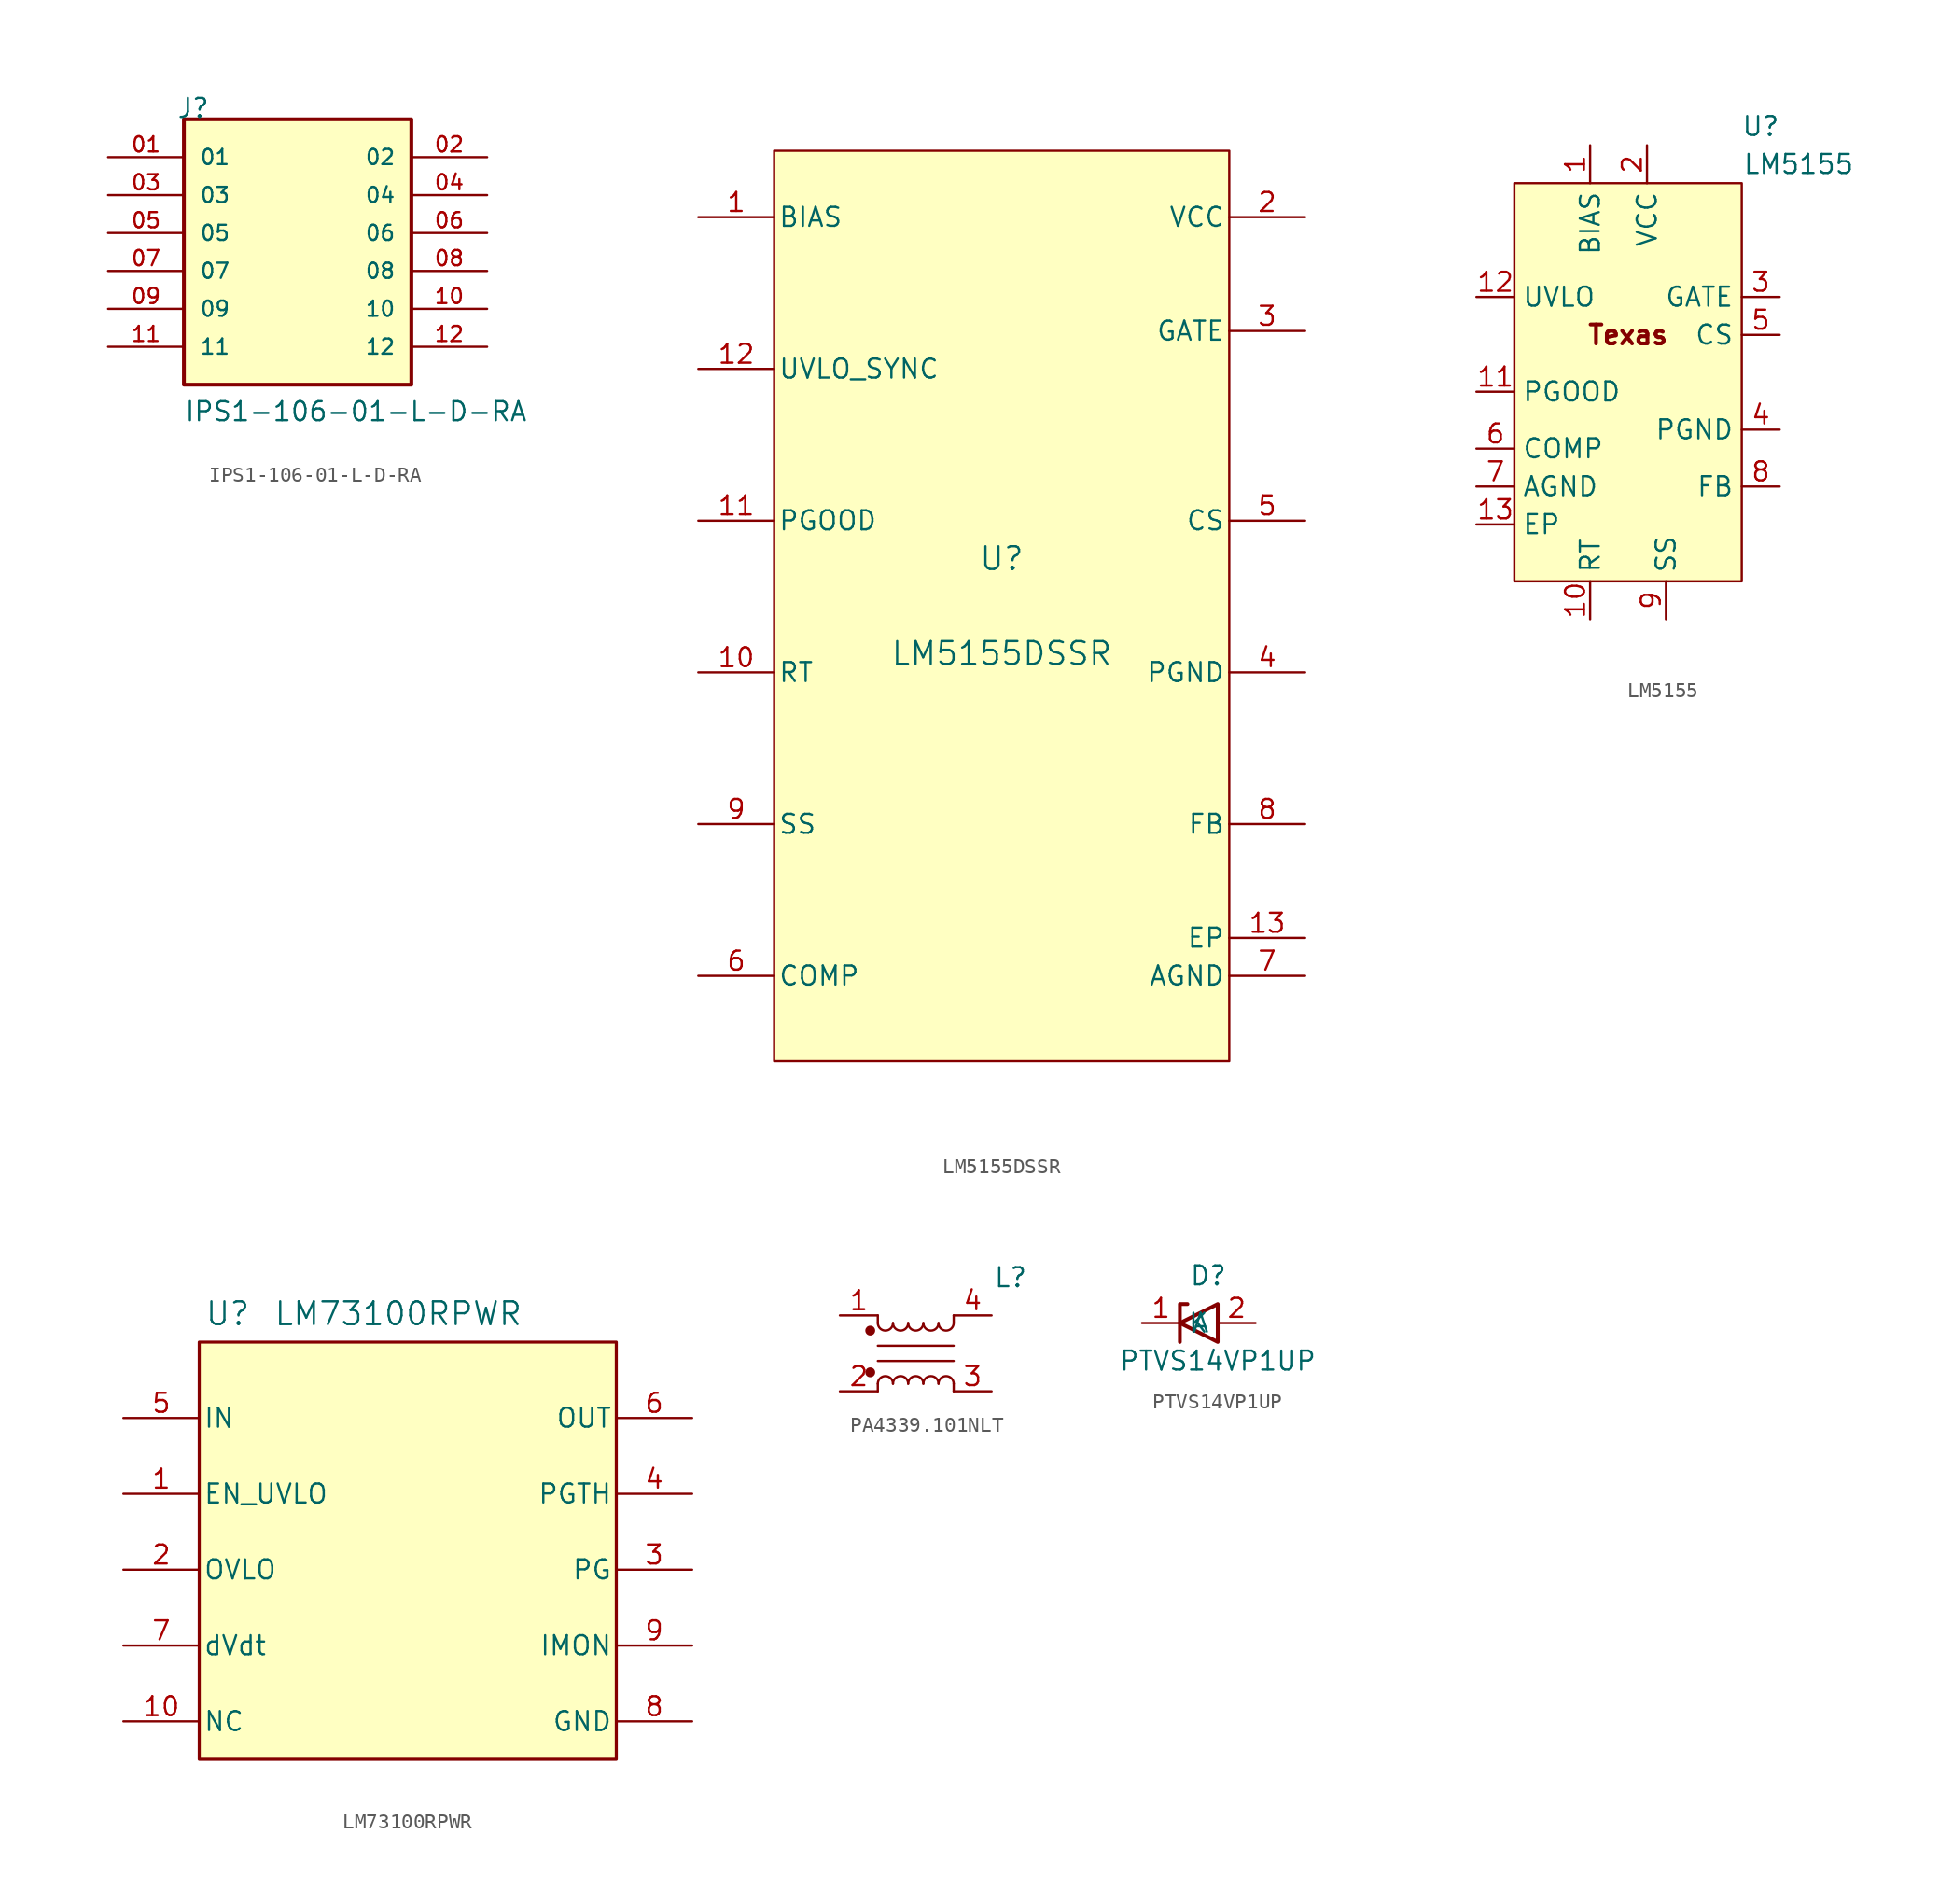
<source format=kicad_sym>
(kicad_symbol_lib
  (version 20220914)
  (generator kicad_symbol_editor)
  (symbol "IPS1-106-01-L-D-RA"
    (pin_names
      (offset 1.016))
    (property "Reference" "J"
      (at -8.12 10.16 0)
      (effects (font (size 1.27 1.27)) (justify left bottom)))
    (property "Value" "IPS1-106-01-L-D-RA"
      (at -7.62 -10.16 0)
      (effects (font (size 1.27 1.27)) (justify left bottom)))
    (symbol "IPS1-106-01-L-D-RA_0_0"
      (rectangle (start -7.62 -7.62) (end 7.62 10.16) (stroke (width 0.254) (type default)) (fill (type background)))
      (pin passive line (at -12.7 7.62 0) (length 5.08) (name "01" (effects (font (size 1.016 1.016)))) (number "01" (effects (font (size 1.016 1.016)))))
      (pin passive line (at 12.7 7.62 180) (length 5.08) (name "02" (effects (font (size 1.016 1.016)))) (number "02" (effects (font (size 1.016 1.016)))))
      (pin passive line (at -12.7 5.08 0) (length 5.08) (name "03" (effects (font (size 1.016 1.016)))) (number "03" (effects (font (size 1.016 1.016)))))
      (pin passive line (at 12.7 5.08 180) (length 5.08) (name "04" (effects (font (size 1.016 1.016)))) (number "04" (effects (font (size 1.016 1.016)))))
      (pin passive line (at -12.7 2.54 0) (length 5.08) (name "05" (effects (font (size 1.016 1.016)))) (number "05" (effects (font (size 1.016 1.016)))))
      (pin passive line (at 12.7 2.54 180) (length 5.08) (name "06" (effects (font (size 1.016 1.016)))) (number "06" (effects (font (size 1.016 1.016)))))
      (pin passive line (at -12.7 0 0) (length 5.08) (name "07" (effects (font (size 1.016 1.016)))) (number "07" (effects (font (size 1.016 1.016)))))
      (pin passive line (at 12.7 0 180) (length 5.08) (name "08" (effects (font (size 1.016 1.016)))) (number "08" (effects (font (size 1.016 1.016)))))
      (pin passive line (at -12.7 -2.54 0) (length 5.08) (name "09" (effects (font (size 1.016 1.016)))) (number "09" (effects (font (size 1.016 1.016)))))
      (pin passive line (at 12.7 -2.54 180) (length 5.08) (name "10" (effects (font (size 1.016 1.016)))) (number "10" (effects (font (size 1.016 1.016)))))
      (pin passive line (at -12.7 -5.08 0) (length 5.08) (name "11" (effects (font (size 1.016 1.016)))) (number "11" (effects (font (size 1.016 1.016)))))
      (pin passive line (at 12.7 -5.08 180) (length 5.08) (name "12" (effects (font (size 1.016 1.016)))) (number "12" (effects (font (size 1.016 1.016)))))))
  (symbol "LM5155DSSR"
    (pin_names
      (offset 0.254))
    (property "Reference" "U"
      (at 0 2.54 0)
      (effects (font (size 1.524 1.524))))
    (property "Value" "LM5155DSSR"
      (at 0 -3.81 0)
      (effects (font (size 1.524 1.524))))
    (symbol "LM5155DSSR_0_1"
      (pin power_in line (at -20.32 25.4 0) (length 5.08) (name "BIAS" (effects (font (size 1.27 1.27)))) (number "1" (effects (font (size 1.27 1.27)))))
      (pin input line (at -20.32 -5.08 0) (length 5.08) (name "RT" (effects (font (size 1.27 1.27)))) (number "10" (effects (font (size 1.27 1.27)))))
      (pin open_collector line (at -20.32 5.08 0) (length 5.08) (name "PGOOD" (effects (font (size 1.27 1.27)))) (number "11" (effects (font (size 1.27 1.27)))))
      (pin input line (at -20.32 15.24 0) (length 5.08) (name "UVLO_SYNC" (effects (font (size 1.27 1.27)))) (number "12" (effects (font (size 1.27 1.27)))))
      (pin unspecified line (at 20.32 -22.86 180) (length 5.08) (name "EP" (effects (font (size 1.27 1.27)))) (number "13" (effects (font (size 1.27 1.27)))))
      (pin power_in line (at 20.32 25.4 180) (length 5.08) (name "VCC" (effects (font (size 1.27 1.27)))) (number "2" (effects (font (size 1.27 1.27)))))
      (pin output line (at 20.32 17.78 180) (length 5.08) (name "GATE" (effects (font (size 1.27 1.27)))) (number "3" (effects (font (size 1.27 1.27)))))
      (pin power_in line (at 20.32 -5.08 180) (length 5.08) (name "PGND" (effects (font (size 1.27 1.27)))) (number "4" (effects (font (size 1.27 1.27)))))
      (pin input line (at 20.32 5.08 180) (length 5.08) (name "CS" (effects (font (size 1.27 1.27)))) (number "5" (effects (font (size 1.27 1.27)))))
      (pin output line (at -20.32 -25.4 0) (length 5.08) (name "COMP" (effects (font (size 1.27 1.27)))) (number "6" (effects (font (size 1.27 1.27)))))
      (pin power_in line (at 20.32 -25.4 180) (length 5.08) (name "AGND" (effects (font (size 1.27 1.27)))) (number "7" (effects (font (size 1.27 1.27)))))
      (pin input line (at 20.32 -15.24 180) (length 5.08) (name "FB" (effects (font (size 1.27 1.27)))) (number "8" (effects (font (size 1.27 1.27)))))
      (pin input line (at -20.32 -15.24 0) (length 5.08) (name "SS" (effects (font (size 1.27 1.27)))) (number "9" (effects (font (size 1.27 1.27))))))
    (symbol "LM5155DSSR_1_1"
      (rectangle (start -15.24 29.845) (end 15.24 -31.115) (stroke (width 0) (type default)) (fill (type background)))))
  (symbol "LM5155"
    (property "Reference" "U"
      (at 8.89 13.97 0)
      (effects (font (size 1.27 1.27))))
    (property "Value" "LM5155"
      (at 11.43 11.43 0)
      (effects (font (size 1.27 1.27))))
    (symbol "LM5155_1_1"
      (polyline (pts (xy 7.62 3.81) (xy 7.62 -16.51) (xy -7.62 -16.51) (xy -7.62 10.16) (xy 7.62 10.16) (xy 7.62 3.81)) (stroke (width 0) (type default)) (fill (type background)))
      (text "Texas" (at 0 0 0) (effects (font (size 1.27 1.27) bold)))
      (pin input line (at -2.54 12.7 270) (length 2.54) (name "BIAS" (effects (font (size 1.27 1.27)))) (number "1" (effects (font (size 1.27 1.27)))))
      (pin passive line (at -2.54 -19.05 90) (length 2.54) (name "RT" (effects (font (size 1.27 1.27)))) (number "10" (effects (font (size 1.27 1.27)))))
      (pin open_collector line (at -10.16 -3.81 0) (length 2.54) (name "PGOOD" (effects (font (size 1.27 1.27)))) (number "11" (effects (font (size 1.27 1.27)))))
      (pin passive line (at -10.16 2.54 0) (length 2.54) (name "UVLO" (effects (font (size 1.27 1.27)))) (number "12" (effects (font (size 1.27 1.27)))))
      (pin passive line (at -10.16 -12.7 0) (length 2.54) (name "EP" (effects (font (size 1.27 1.27)))) (number "13" (effects (font (size 1.27 1.27)))))
      (pin passive line (at 1.27 12.7 270) (length 2.54) (name "VCC" (effects (font (size 1.27 1.27)))) (number "2" (effects (font (size 1.27 1.27)))))
      (pin output line (at 10.16 2.54 180) (length 2.54) (name "GATE" (effects (font (size 1.27 1.27)))) (number "3" (effects (font (size 1.27 1.27)))))
      (pin power_in line (at 10.16 -6.35 180) (length 2.54) (name "PGND" (effects (font (size 1.27 1.27)))) (number "4" (effects (font (size 1.27 1.27)))))
      (pin input line (at 10.16 0 180) (length 2.54) (name "CS" (effects (font (size 1.27 1.27)))) (number "5" (effects (font (size 1.27 1.27)))))
      (pin passive line (at -10.16 -7.62 0) (length 2.54) (name "COMP" (effects (font (size 1.27 1.27)))) (number "6" (effects (font (size 1.27 1.27)))))
      (pin passive line (at -10.16 -10.16 0) (length 2.54) (name "AGND" (effects (font (size 1.27 1.27)))) (number "7" (effects (font (size 1.27 1.27)))))
      (pin input line (at 10.16 -10.16 180) (length 2.54) (name "FB" (effects (font (size 1.27 1.27)))) (number "8" (effects (font (size 1.27 1.27)))))
      (pin passive line (at 2.54 -19.05 90) (length 2.54) (name "SS" (effects (font (size 1.27 1.27)))) (number "9" (effects (font (size 1.27 1.27)))))))
  (symbol "LM73100RPWR"
    (pin_names
      (offset 0.254))
    (property "Reference" "U"
      (at -11.43 13.97 0)
      (effects (font (size 1.524 1.524))))
    (property "Value" "LM73100RPWR"
      (at 0 13.97 0)
      (effects (font (size 1.524 1.524))))
    (property "ki_locked" ""
      (at 0 0 0)
      (effects (font (size 1.27 1.27))))
    (symbol "LM73100RPWR_0_1"
      (pin input line (at -18.415 1.905 0) (length 5.08) (name "EN_UVLO" (effects (font (size 1.27 1.27)))) (number "1" (effects (font (size 1.27 1.27)))))
      (pin unspecified line (at -18.415 -13.335 0) (length 5.08) (name "NC" (effects (font (size 1.27 1.27)))) (number "10" (effects (font (size 1.27 1.27)))))
      (pin input line (at -18.415 -3.175 0) (length 5.08) (name "OVLO" (effects (font (size 1.27 1.27)))) (number "2" (effects (font (size 1.27 1.27)))))
      (pin output line (at 19.685 -3.175 180) (length 5.08) (name "PG" (effects (font (size 1.27 1.27)))) (number "3" (effects (font (size 1.27 1.27)))))
      (pin input line (at 19.685 1.905 180) (length 5.08) (name "PGTH" (effects (font (size 1.27 1.27)))) (number "4" (effects (font (size 1.27 1.27)))))
      (pin power_in line (at -18.415 6.985 0) (length 5.08) (name "IN" (effects (font (size 1.27 1.27)))) (number "5" (effects (font (size 1.27 1.27)))))
      (pin power_in line (at 19.685 6.985 180) (length 5.08) (name "OUT" (effects (font (size 1.27 1.27)))) (number "6" (effects (font (size 1.27 1.27)))))
      (pin output line (at -18.415 -8.255 0) (length 5.08) (name "dVdt" (effects (font (size 1.27 1.27)))) (number "7" (effects (font (size 1.27 1.27)))))
      (pin power_in line (at 19.685 -13.335 180) (length 5.08) (name "GND" (effects (font (size 1.27 1.27)))) (number "8" (effects (font (size 1.27 1.27)))))
      (pin output line (at 19.685 -8.255 180) (length 5.08) (name "IMON" (effects (font (size 1.27 1.27)))) (number "9" (effects (font (size 1.27 1.27))))))
    (symbol "LM73100RPWR_1_1"
      (rectangle (start -13.335 12.065) (end 14.605 -15.875) (stroke (width 0.203) (type default)) (fill (type background)))))
  (symbol "PA4339.101NLT"
    (property "Reference" "L"
      (at 6.35 3.81 0)
      (effects (font (size 1.27 1.27))))
    (property "Value" ""
      (at 0 0 0)
      (effects (font (size 1.27 1.27))))
    (symbol "PA4339.101NLT_1_1"
      (circle (center -3.048 -2.54) (radius 0.254) (stroke (width 0) (type default)) (fill (type outline)))
      (circle (center -3.048 0.254) (radius 0.254) (stroke (width 0) (type default)) (fill (type outline)))
      (arc (start -2.54 0.762) (mid -2.032 0.2562) (end -1.524 0.762) (stroke (width 0) (type default)) (fill (type none)))
      (arc (start -1.524 -3.302) (mid -2.032 -2.7962) (end -2.54 -3.302) (stroke (width 0) (type default)) (fill (type none)))
      (arc (start -1.524 0.762) (mid -1.016 0.2562) (end -0.508 0.762) (stroke (width 0) (type default)) (fill (type none)))
      (arc (start -0.508 -3.302) (mid -1.016 -2.7962) (end -1.524 -3.302) (stroke (width 0) (type default)) (fill (type none)))
      (arc (start -0.508 0.762) (mid 0 0.2562) (end 0.508 0.762) (stroke (width 0) (type default)) (fill (type none)))
      (polyline (pts (xy -2.54 -3.302) (xy -2.54 -3.81)) (stroke (width 0) (type default)) (fill (type none)))
      (polyline (pts (xy -2.54 -0.762) (xy 2.54 -0.762)) (stroke (width 0) (type default)) (fill (type none)))
      (polyline (pts (xy -2.54 0.762) (xy -2.54 1.27)) (stroke (width 0) (type default)) (fill (type none)))
      (polyline (pts (xy 2.54 -3.302) (xy 2.54 -3.81)) (stroke (width 0) (type default)) (fill (type none)))
      (polyline (pts (xy 2.54 -1.778) (xy -2.54 -1.778)) (stroke (width 0) (type default)) (fill (type none)))
      (polyline (pts (xy 2.54 1.27) (xy 2.54 0.762)) (stroke (width 0) (type default)) (fill (type none)))
      (arc (start 0.508 -3.302) (mid 0 -2.7962) (end -0.508 -3.302) (stroke (width 0) (type default)) (fill (type none)))
      (arc (start 0.508 0.762) (mid 1.016 0.2562) (end 1.524 0.762) (stroke (width 0) (type default)) (fill (type none)))
      (arc (start 1.524 -3.302) (mid 1.016 -2.7962) (end 0.508 -3.302) (stroke (width 0) (type default)) (fill (type none)))
      (arc (start 1.524 0.762) (mid 2.032 0.2562) (end 2.54 0.762) (stroke (width 0) (type default)) (fill (type none)))
      (arc (start 2.54 -3.302) (mid 2.032 -2.7962) (end 1.524 -3.302) (stroke (width 0) (type default)) (fill (type none)))
      (pin passive line (at -5.08 1.27 0) (length 2.54) (name "~" (effects (font (size 1.27 1.27)))) (number "1" (effects (font (size 1.27 1.27)))))
      (pin passive line (at -5.08 -3.81 0) (length 2.54) (name "~" (effects (font (size 1.27 1.27)))) (number "2" (effects (font (size 1.27 1.27)))))
      (pin passive line (at 5.08 -3.81 180) (length 2.54) (name "~" (effects (font (size 1.27 1.27)))) (number "3" (effects (font (size 1.27 1.27)))))
      (pin passive line (at 5.08 1.27 180) (length 2.54) (name "~" (effects (font (size 1.27 1.27)))) (number "4" (effects (font (size 1.27 1.27)))))))
  (symbol "PTVS14VP1UP"
    (property "Reference" "D"
      (at 0.635 3.175 0)
      (effects (font (size 1.27 1.27))))
    (property "Value" "PTVS14VP1UP"
      (at 1.27 -2.54 0)
      (effects (font (size 1.27 1.27))))
    (symbol "PTVS14VP1UP_0_1"
      (polyline (pts (xy -0.762 1.27) (xy -1.27 1.27) (xy -1.27 -1.27)) (stroke (width 0.254) (type default)) (fill (type none)))
      (polyline (pts (xy 1.27 1.27) (xy 1.27 -1.27) (xy -1.27 0) (xy 1.27 1.27)) (stroke (width 0.254) (type default)) (fill (type none))))
    (symbol "PTVS14VP1UP_1_1"
      (pin passive line (at -3.81 0 0) (length 2.54) (name "K" (effects (font (size 1.27 1.27)))) (number "1" (effects (font (size 1.27 1.27)))))
      (pin passive line (at 3.81 0 180) (length 2.54) (name "A" (effects (font (size 1.27 1.27)))) (number "2" (effects (font (size 1.27 1.27))))))))
</source>
